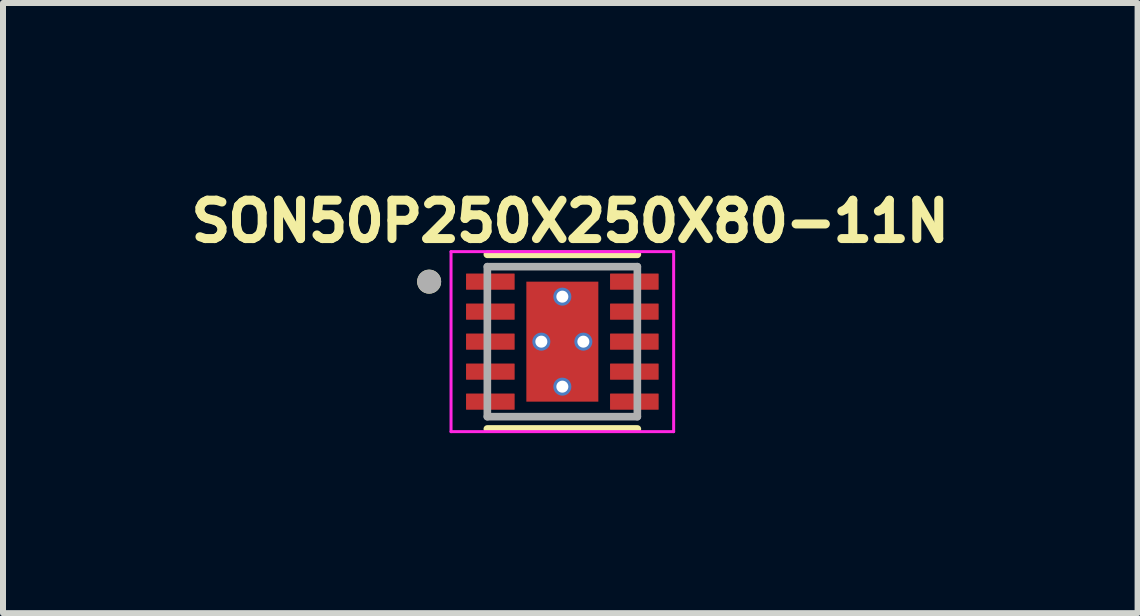
<source format=kicad_pcb>
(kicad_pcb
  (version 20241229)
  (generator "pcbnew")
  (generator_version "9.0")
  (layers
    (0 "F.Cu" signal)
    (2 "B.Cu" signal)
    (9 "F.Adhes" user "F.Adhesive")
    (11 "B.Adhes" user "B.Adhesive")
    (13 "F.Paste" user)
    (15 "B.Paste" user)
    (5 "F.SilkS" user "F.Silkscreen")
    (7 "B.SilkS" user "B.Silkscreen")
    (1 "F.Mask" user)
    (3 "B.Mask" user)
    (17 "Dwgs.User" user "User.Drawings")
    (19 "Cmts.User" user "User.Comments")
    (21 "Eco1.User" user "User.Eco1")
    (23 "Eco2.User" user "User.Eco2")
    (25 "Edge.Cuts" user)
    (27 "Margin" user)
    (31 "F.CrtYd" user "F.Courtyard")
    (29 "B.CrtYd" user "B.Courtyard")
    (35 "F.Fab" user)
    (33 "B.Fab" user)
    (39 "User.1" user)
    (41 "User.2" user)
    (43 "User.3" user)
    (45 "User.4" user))
  (footprint "SON50P250X250X80-11N"
    (layer "F.Cu")
    (at 6.322 2.644)
    (property "Reference" "SON50P250X250X80-11N" (at 0.132 -2.006 0) (layer "F.SilkS") (effects (font (size 0.64 0.64) (thickness 0.15))))
    (attr smd)
    (fp_line (start -1.25 -1.455) (end 1.25 -1.455) (stroke (width 0.127) (type solid)) (layer "F.SilkS"))
    (fp_line (start -1.25 1.455) (end 1.25 1.455) (stroke (width 0.127) (type solid)) (layer "F.SilkS"))
    (fp_circle (center -2.22 -1) (end -2.12 -1) (stroke (width 0.2) (type solid)) (fill no) (layer "F.SilkS"))
    (fp_poly (pts (xy -0.379 -0.632) (xy 0.379 -0.632) (xy 0.379 0.632) (xy -0.379 0.632)) (stroke (width 0.01) (type solid)) (fill yes) (layer "F.Paste"))
    (fp_line (start -1.855 -1.5) (end -1.855 1.5) (stroke (width 0.05) (type solid)) (layer "F.CrtYd"))
    (fp_line (start -1.855 -1.5) (end 1.855 -1.5) (stroke (width 0.05) (type solid)) (layer "F.CrtYd"))
    (fp_line (start -1.855 1.5) (end 1.855 1.5) (stroke (width 0.05) (type solid)) (layer "F.CrtYd"))
    (fp_line (start 1.855 -1.5) (end 1.855 1.5) (stroke (width 0.05) (type solid)) (layer "F.CrtYd"))
    (fp_line (start -1.25 -1.25) (end -1.25 1.25) (stroke (width 0.127) (type solid)) (layer "F.Fab"))
    (fp_line (start -1.25 -1.25) (end 1.25 -1.25) (stroke (width 0.127) (type solid)) (layer "F.Fab"))
    (fp_line (start -1.25 1.25) (end 1.25 1.25) (stroke (width 0.127) (type solid)) (layer "F.Fab"))
    (fp_line (start 1.25 -1.25) (end 1.25 1.25) (stroke (width 0.127) (type solid)) (layer "F.Fab"))
    (fp_circle (center -2.22 -1) (end -2.12 -1) (stroke (width 0.2) (type solid)) (fill no) (layer "F.Fab"))
    (pad "1" smd roundrect (at -1.2 -1) (size 0.81 0.27) (layers "F.Cu" "F.Mask" "F.Paste") (roundrect_rratio 0.03))
    (pad "2" smd roundrect (at -1.2 -0.5) (size 0.81 0.27) (layers "F.Cu" "F.Mask" "F.Paste") (roundrect_rratio 0.03))
    (pad "3" smd roundrect (at -1.2 0) (size 0.81 0.27) (layers "F.Cu" "F.Mask" "F.Paste") (roundrect_rratio 0.03))
    (pad "4" smd roundrect (at -1.2 0.5) (size 0.81 0.27) (layers "F.Cu" "F.Mask" "F.Paste") (roundrect_rratio 0.03))
    (pad "5" smd roundrect (at -1.2 1) (size 0.81 0.27) (layers "F.Cu" "F.Mask" "F.Paste") (roundrect_rratio 0.03))
    (pad "6" smd roundrect (at 1.2 1) (size 0.81 0.27) (layers "F.Cu" "F.Mask" "F.Paste") (roundrect_rratio 0.03))
    (pad "7" smd roundrect (at 1.2 0.5) (size 0.81 0.27) (layers "F.Cu" "F.Mask" "F.Paste") (roundrect_rratio 0.03))
    (pad "8" smd roundrect (at 1.2 0) (size 0.81 0.27) (layers "F.Cu" "F.Mask" "F.Paste") (roundrect_rratio 0.03))
    (pad "9" smd roundrect (at 1.2 -0.5) (size 0.81 0.27) (layers "F.Cu" "F.Mask" "F.Paste") (roundrect_rratio 0.03))
    (pad "10" smd roundrect (at 1.2 -1) (size 0.81 0.27) (layers "F.Cu" "F.Mask" "F.Paste") (roundrect_rratio 0.03))
    (pad "11" smd rect (at 0 0) (size 1.2 2) (layers "F.Cu" "F.Mask"))
    (pad "12" thru_hole circle (at 0.35 0) (size 0.3 0.3) (drill 0.2) (layers "*.Cu"))
    (pad "13" thru_hole circle (at -0.35 0) (size 0.3 0.3) (drill 0.2) (layers "*.Cu"))
    (pad "14" thru_hole circle (at 0 -0.75) (size 0.3 0.3) (drill 0.2) (layers "*.Cu"))
    (pad "15" thru_hole circle (at 0 0.75) (size 0.3 0.3) (drill 0.2) (layers "*.Cu")))
  (gr_rect
    (start -3 -3)
    (end 15.909 7.169)
    (stroke (width 0.1) (type default))
    (fill no)
    (layer "Edge.Cuts")))
</source>
